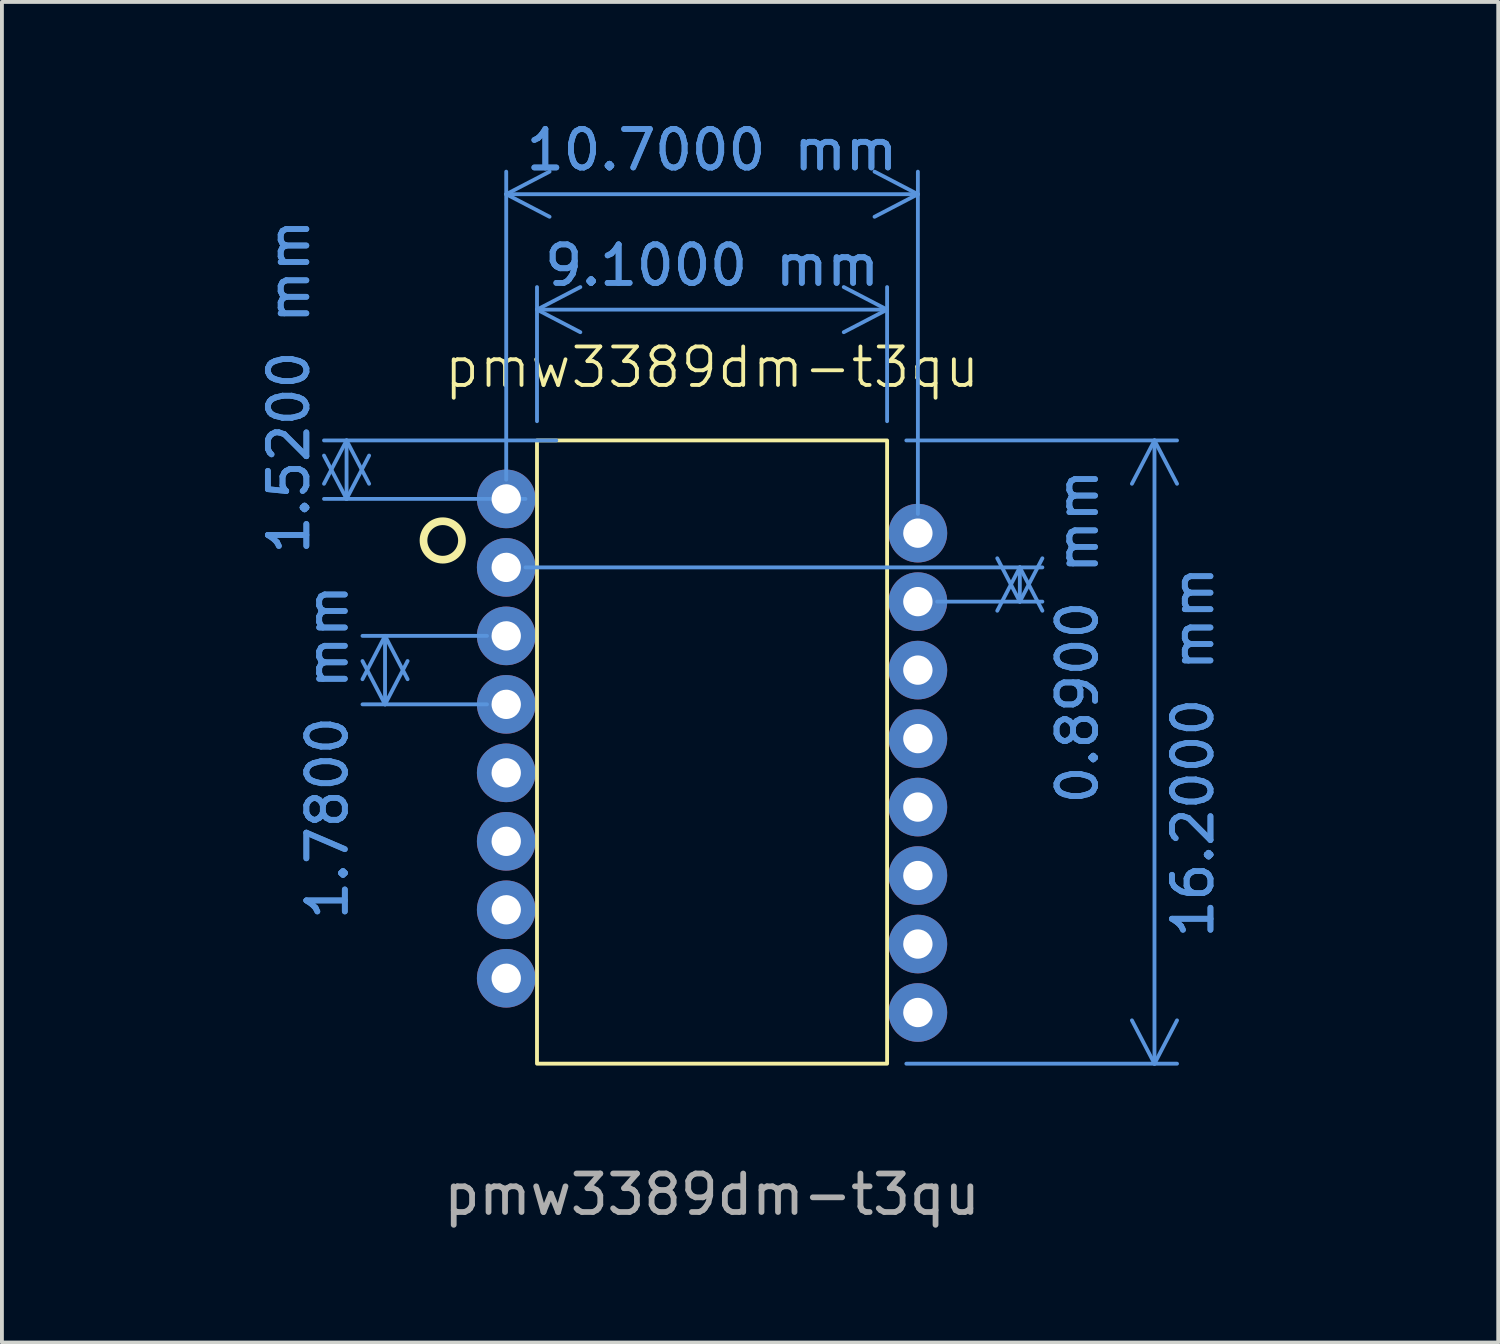
<source format=kicad_pcb>
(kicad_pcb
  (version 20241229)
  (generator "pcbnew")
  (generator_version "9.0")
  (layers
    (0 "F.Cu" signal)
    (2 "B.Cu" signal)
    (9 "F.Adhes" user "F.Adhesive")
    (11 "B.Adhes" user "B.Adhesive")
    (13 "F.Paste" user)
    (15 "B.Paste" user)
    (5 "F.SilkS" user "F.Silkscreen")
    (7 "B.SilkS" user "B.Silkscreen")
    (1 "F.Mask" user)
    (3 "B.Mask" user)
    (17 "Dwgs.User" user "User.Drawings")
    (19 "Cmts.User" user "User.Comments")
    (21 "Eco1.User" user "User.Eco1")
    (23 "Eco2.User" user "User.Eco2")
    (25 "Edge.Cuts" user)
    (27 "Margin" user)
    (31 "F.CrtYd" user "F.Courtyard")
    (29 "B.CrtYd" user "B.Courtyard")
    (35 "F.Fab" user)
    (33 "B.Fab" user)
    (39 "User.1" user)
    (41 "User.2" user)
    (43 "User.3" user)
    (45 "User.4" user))
  (footprint "pmw3389dm-t3qu"
    (layer "F.Cu")
    (at 15.458 16.498)
    (property "Reference" "pmw3389dm-t3qu" (at 0 -10 0) (unlocked yes) (layer "F.SilkS") (effects (font (size 1 1) (thickness 0.1))))
    (attr through_hole)
    (fp_rect (start -4.55 -8.1) (end 4.55 8.1) (stroke (width 0.1) (type default)) (fill no) (layer "F.SilkS"))
    (fp_circle (center -7 -5.5) (end -7.5 -5.5) (stroke (width 0.2) (type default)) (fill no) (layer "F.SilkS"))
    (fp_text user "${REFERENCE}" (at 0 11.5 0) (unlocked yes) (layer "F.Fab") (effects (font (size 1 1) (thickness 0.15))))
    (dimension (type aligned) (layer "Cmts.User") (pts (xy 20.008 8.398) (xy 20.008 24.598)) (height -6.95) (format (prefix "") (suffix "") (units 3) (units_format 1) (precision 4)) (style (thickness 0.1) (arrow_length 1.27) (text_position_mode 2) (arrow_direction outward) (extension_height 0.586) (extension_offset 0.5) (keep_text_aligned yes)) (gr_text "16.2000 mm" (at 27.958 16.498 90) (layer "Cmts.User") (effects (font (size 1 1) (thickness 0.15)))))
    (dimension (type aligned) (layer "Cmts.User") (pts (xy 10.908 8.398) (xy 20.008 8.398)) (height -3.4) (format (prefix "") (suffix "") (units 3) (units_format 1) (precision 4)) (style (thickness 0.1) (arrow_length 1.27) (text_position_mode 0) (arrow_direction outward) (extension_height 0.586) (extension_offset 0.5) (keep_text_aligned yes)) (gr_text "9.1000 mm" (at 15.458 3.848 0) (layer "Cmts.User") (effects (font (size 1 1) (thickness 0.15)))))
    (dimension (type orthogonal) (layer "Cmts.User") (pts (xy 10.108 11.698) (xy 20.808 12.588)) (height 13.35) (orientation 1) (format (prefix "") (suffix "") (units 3) (units_format 1) (precision 4)) (style (thickness 0.1) (arrow_length 1.27) (text_position_mode 2) (arrow_direction outward) (extension_height 0.586) (extension_offset 0.5) (keep_text_aligned yes)) (gr_text "0.8900 mm" (at 24.958 13.498 90) (layer "Cmts.User") (effects (font (size 1 1) (thickness 0.15)))))
    (dimension (type orthogonal) (layer "Cmts.User") (pts (xy 10.108 13.478) (xy 10.108 15.258)) (height -3.15) (orientation 1) (format (prefix "") (suffix "") (units 3) (units_format 1) (precision 4)) (style (thickness 0.1) (arrow_length 1.27) (text_position_mode 2) (arrow_direction outward) (extension_height 0.586) (extension_offset 0.5) (keep_text_aligned yes)) (gr_text "1.7800 mm" (at 5.458 16.498 90) (layer "Cmts.User") (effects (font (size 1 1) (thickness 0.15)))))
    (dimension (type orthogonal) (layer "Cmts.User") (pts (xy 20.808 10.808) (xy 10.108 9.918)) (height -8.81) (orientation 0) (format (prefix "") (suffix "") (units 3) (units_format 1) (precision 4)) (style (thickness 0.1) (arrow_length 1.27) (text_position_mode 0) (arrow_direction outward) (extension_height 0.586) (extension_offset 0.5) (keep_text_aligned yes)) (gr_text "10.7000 mm" (at 15.458 0.848 0) (layer "Cmts.User") (effects (font (size 1 1) (thickness 0.15)))))
    (dimension (type orthogonal) (layer "Cmts.User") (pts (xy 11.908 8.398) (xy 11.108 9.918)) (height -5.95) (orientation 1) (format (prefix "") (suffix "") (units 3) (units_format 1) (precision 4)) (style (thickness 0.1) (arrow_length 1.27) (text_position_mode 2) (arrow_direction outward) (extension_height 0.586) (extension_offset 0.5) (keep_text_aligned yes)) (gr_text "1.5200 mm" (at 4.458 6.998 90) (layer "Cmts.User") (effects (font (size 1 1) (thickness 0.15)))))
    (pad "1" thru_hole circle (at -5.35 -6.58) (size 1.524 1.524) (drill 0.762) (layers "*.Cu" "*.Mask"))
    (pad "2" thru_hole circle (at -5.35 -4.8) (size 1.524 1.524) (drill 0.762) (layers "*.Cu" "*.Mask"))
    (pad "3" thru_hole circle (at -5.35 -3.02) (size 1.524 1.524) (drill 0.762) (layers "*.Cu" "*.Mask"))
    (pad "4" thru_hole circle (at -5.35 -1.24) (size 1.524 1.524) (drill 0.762) (layers "*.Cu" "*.Mask"))
    (pad "5" thru_hole circle (at -5.35 0.54) (size 1.524 1.524) (drill 0.762) (layers "*.Cu" "*.Mask"))
    (pad "6" thru_hole circle (at -5.35 2.32) (size 1.524 1.524) (drill 0.762) (layers "*.Cu" "*.Mask"))
    (pad "7" thru_hole circle (at -5.35 4.1) (size 1.524 1.524) (drill 0.762) (layers "*.Cu" "*.Mask"))
    (pad "8" thru_hole circle (at -5.35 5.88) (size 1.524 1.524) (drill 0.762) (layers "*.Cu" "*.Mask"))
    (pad "9" thru_hole circle (at 5.35 6.77) (size 1.524 1.524) (drill 0.762) (layers "*.Cu" "*.Mask"))
    (pad "10" thru_hole circle (at 5.35 4.99) (size 1.524 1.524) (drill 0.762) (layers "*.Cu" "*.Mask"))
    (pad "11" thru_hole circle (at 5.35 3.21) (size 1.524 1.524) (drill 0.762) (layers "*.Cu" "*.Mask"))
    (pad "12" thru_hole circle (at 5.35 1.43) (size 1.524 1.524) (drill 0.762) (layers "*.Cu" "*.Mask"))
    (pad "13" thru_hole circle (at 5.35 -0.35) (size 1.524 1.524) (drill 0.762) (layers "*.Cu" "*.Mask"))
    (pad "14" thru_hole circle (at 5.35 -2.13) (size 1.524 1.524) (drill 0.762) (layers "*.Cu" "*.Mask"))
    (pad "15" thru_hole circle (at 5.35 -3.91) (size 1.524 1.524) (drill 0.762) (layers "*.Cu" "*.Mask"))
    (pad "16" thru_hole circle (at 5.35 -5.69) (size 1.524 1.524) (drill 0.762) (layers "*.Cu" "*.Mask")))
  (gr_rect
    (start -3 -3)
    (end 35.893 31.846)
    (stroke (width 0.1) (type default))
    (fill no)
    (layer "Edge.Cuts")))
</source>
